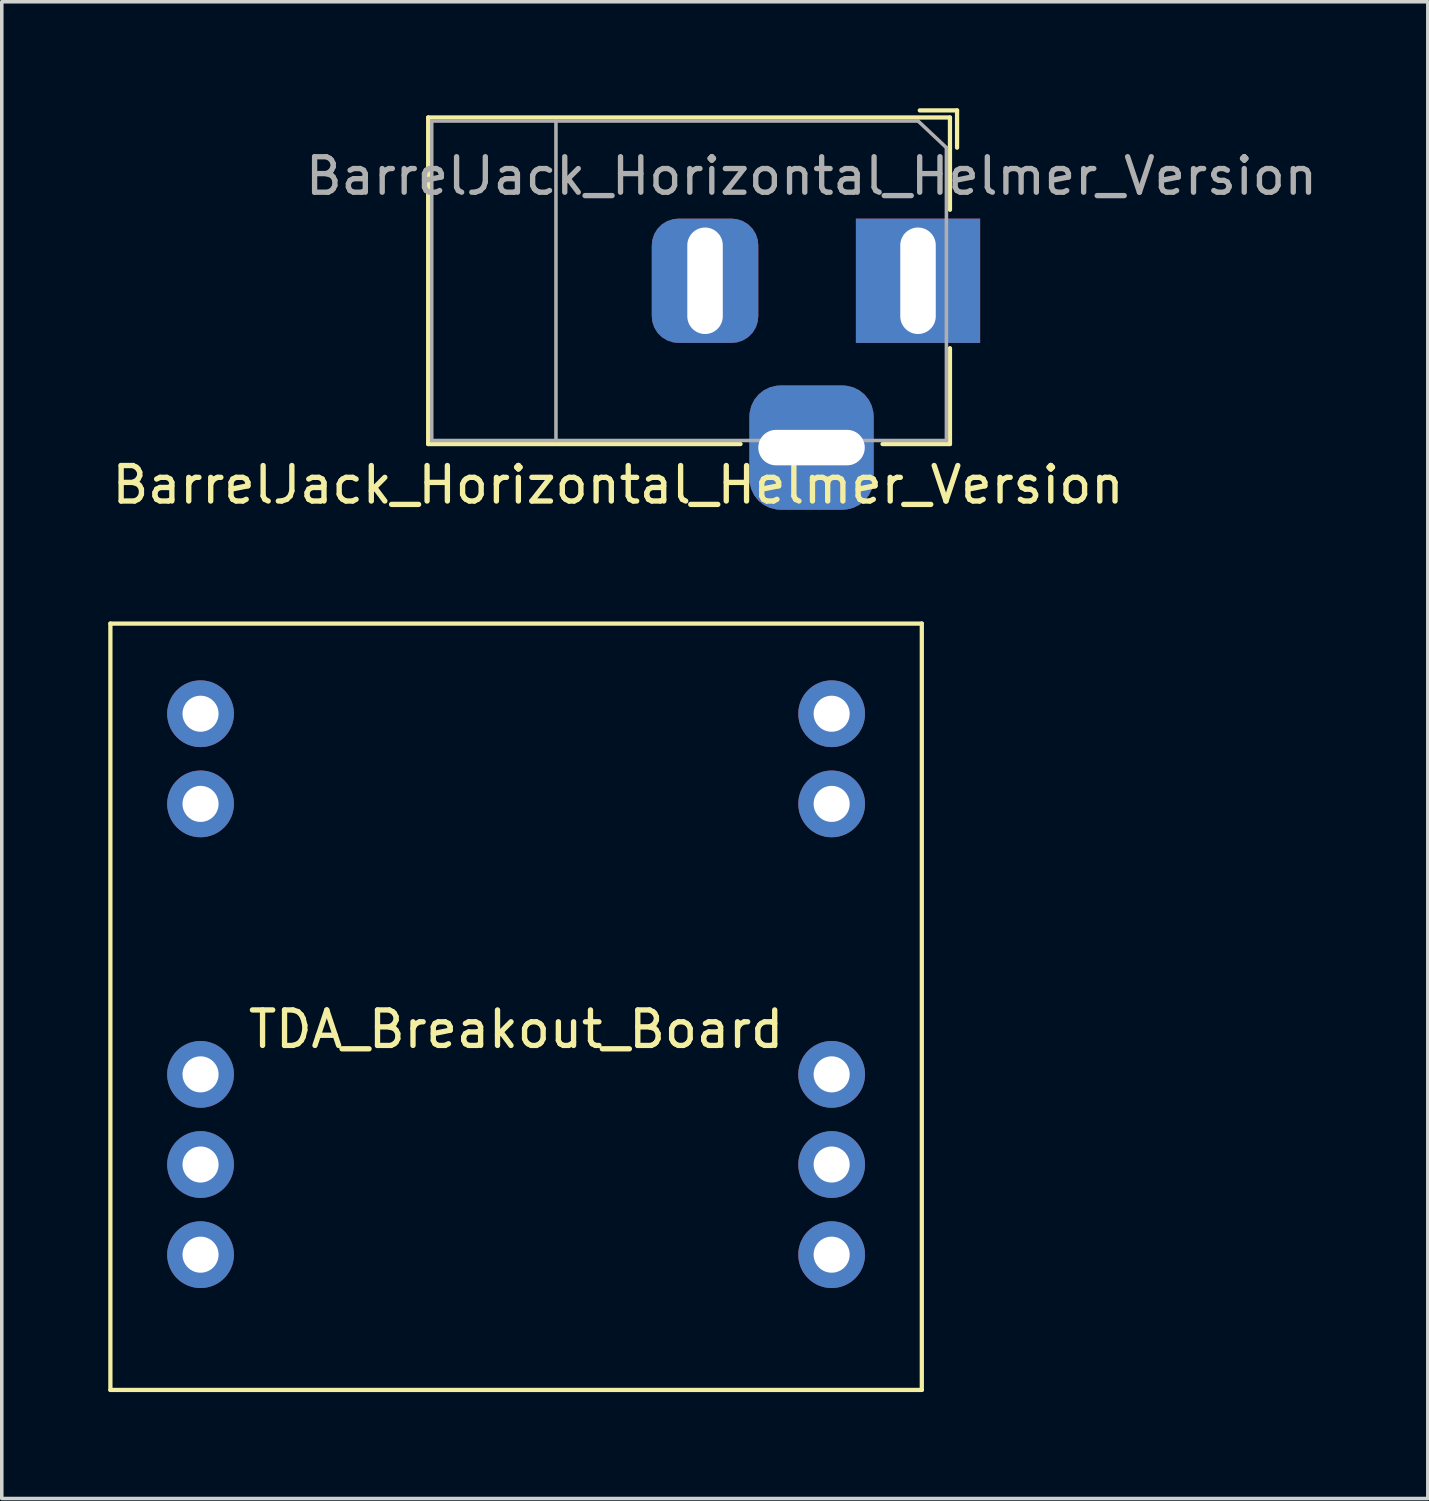
<source format=kicad_pcb>
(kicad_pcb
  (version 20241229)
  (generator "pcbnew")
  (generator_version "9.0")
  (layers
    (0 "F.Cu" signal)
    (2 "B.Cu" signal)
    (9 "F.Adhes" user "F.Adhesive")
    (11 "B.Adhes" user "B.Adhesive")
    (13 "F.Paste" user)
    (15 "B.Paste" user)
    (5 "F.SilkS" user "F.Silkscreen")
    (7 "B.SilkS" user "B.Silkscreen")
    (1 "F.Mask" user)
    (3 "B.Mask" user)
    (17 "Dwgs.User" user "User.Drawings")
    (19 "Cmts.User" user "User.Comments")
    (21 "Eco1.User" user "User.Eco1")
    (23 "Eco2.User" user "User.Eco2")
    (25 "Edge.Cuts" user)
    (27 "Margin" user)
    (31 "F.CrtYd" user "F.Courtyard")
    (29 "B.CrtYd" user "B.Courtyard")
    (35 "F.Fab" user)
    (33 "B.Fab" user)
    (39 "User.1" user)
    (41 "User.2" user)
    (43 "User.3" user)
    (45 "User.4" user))
  (footprint "BarrelJack_Horizontal_Helmer_Version"
    (layer "F.Cu")
    (at 22.813 4.86)
    (property "Reference" "BarrelJack_Horizontal_Helmer_Version" (at -8.45 5.75 0) (layer "F.SilkS") (effects (font (size 1 1) (thickness 0.15))))
    (attr through_hole)
    (fp_line (start -13.8 -4.6) (end 0.9 -4.6) (stroke (width 0.12) (type solid)) (layer "F.SilkS"))
    (fp_line (start -13.8 4.6) (end -13.8 -4.6) (stroke (width 0.12) (type solid)) (layer "F.SilkS"))
    (fp_line (start -5 4.6) (end -13.8 4.6) (stroke (width 0.12) (type solid)) (layer "F.SilkS"))
    (fp_line (start 0.05 -4.8) (end 1.1 -4.8) (stroke (width 0.12) (type solid)) (layer "F.SilkS"))
    (fp_line (start 0.9 -4.6) (end 0.9 -2) (stroke (width 0.12) (type solid)) (layer "F.SilkS"))
    (fp_line (start 0.9 1.9) (end 0.9 4.6) (stroke (width 0.12) (type solid)) (layer "F.SilkS"))
    (fp_line (start 0.9 4.6) (end -1 4.6) (stroke (width 0.12) (type solid)) (layer "F.SilkS"))
    (fp_line (start 1.1 -3.75) (end 1.1 -4.8) (stroke (width 0.12) (type solid)) (layer "F.SilkS"))
    (fp_line (start -13.7 -4.5) (end -13.7 4.5) (stroke (width 0.1) (type solid)) (layer "F.Fab"))
    (fp_line (start -13.7 4.5) (end 0.8 4.5) (stroke (width 0.1) (type solid)) (layer "F.Fab"))
    (fp_line (start -10.2 -4.5) (end -10.2 4.5) (stroke (width 0.1) (type solid)) (layer "F.Fab"))
    (fp_line (start -0.003 -4.505) (end 0.8 -3.75) (stroke (width 0.1) (type solid)) (layer "F.Fab"))
    (fp_line (start 0 -4.5) (end -13.7 -4.5) (stroke (width 0.1) (type solid)) (layer "F.Fab"))
    (fp_line (start 0.8 4.5) (end 0.8 -3.75) (stroke (width 0.1) (type solid)) (layer "F.Fab"))
    (fp_text user "${REFERENCE}" (at -3 -2.95 0) (layer "F.Fab") (effects (font (size 1 1) (thickness 0.15))))
    (pad "1" thru_hole rect (at 0 0) (size 3.5 3.5) (drill oval 1 3) (layers "*.Cu" "*.Mask"))
    (pad "2" thru_hole roundrect (at -6 0) (size 3 3.5) (drill oval 1 3) (layers "*.Cu" "*.Mask") (roundrect_rratio 0.25))
    (pad "3" thru_hole roundrect (at -3 4.7) (size 3.5 3.5) (drill oval 3 1) (layers "*.Cu" "*.Mask") (roundrect_rratio 0.25)))
  (footprint "TDA_Breakout_Board"
    (layer "F.Cu")
    (at 11.49 34.838)
    (property "Reference" "TDA_Breakout_Board" (at 0 -8.89 0) (layer "F.SilkS") (effects (font (size 1 1) (thickness 0.15))))
    (attr through_hole)
    (fp_line (start -11.43 -20.32) (end 11.43 -20.32) (stroke (width 0.12) (type solid)) (layer "F.SilkS"))
    (fp_line (start -11.43 1.27) (end -11.43 -20.32) (stroke (width 0.12) (type solid)) (layer "F.SilkS"))
    (fp_line (start 11.43 -20.32) (end 11.43 1.27) (stroke (width 0.12) (type solid)) (layer "F.SilkS"))
    (fp_line (start 11.43 1.27) (end -11.43 1.27) (stroke (width 0.12) (type solid)) (layer "F.SilkS"))
    (pad "1" thru_hole circle (at -8.89 -17.78) (size 1.88 1.88) (drill 1.016) (layers "*.Cu" "*.Mask"))
    (pad "2" thru_hole circle (at -8.89 -15.24) (size 1.88 1.88) (drill 1.016) (layers "*.Cu" "*.Mask"))
    (pad "3" thru_hole circle (at -8.89 -7.62) (size 1.88 1.88) (drill 1.016) (layers "*.Cu" "*.Mask"))
    (pad "4" thru_hole circle (at -8.89 -5.08) (size 1.88 1.88) (drill 1.016) (layers "*.Cu" "*.Mask"))
    (pad "5" thru_hole circle (at -8.89 -2.54) (size 1.88 1.88) (drill 1.016) (layers "*.Cu" "*.Mask"))
    (pad "6" thru_hole circle (at 8.89 -17.78) (size 1.88 1.88) (drill 1.016) (layers "*.Cu" "*.Mask"))
    (pad "7" thru_hole circle (at 8.89 -15.24) (size 1.88 1.88) (drill 1.016) (layers "*.Cu" "*.Mask"))
    (pad "8" thru_hole circle (at 8.89 -7.62) (size 1.88 1.88) (drill 1.016) (layers "*.Cu" "*.Mask"))
    (pad "9" thru_hole circle (at 8.89 -5.08) (size 1.88 1.88) (drill 1.016) (layers "*.Cu" "*.Mask"))
    (pad "10" thru_hole circle (at 8.89 -2.54) (size 1.88 1.88) (drill 1.016) (layers "*.Cu" "*.Mask")))
  (gr_rect
    (start -3 -3)
    (end 37.176 39.168)
    (stroke (width 0.1) (type default))
    (fill no)
    (layer "Edge.Cuts")))
</source>
